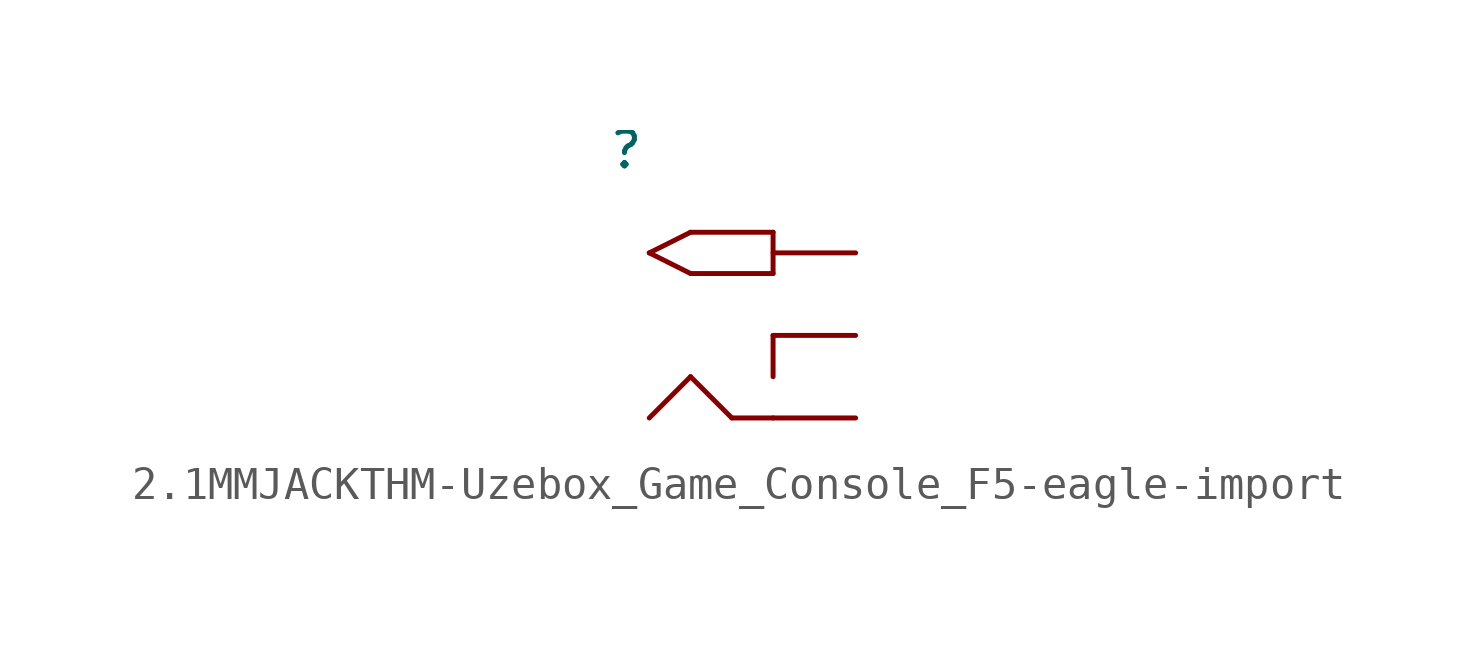
<source format=kicad_sym>
(kicad_symbol_lib
  (version 20231120)
  (generator "kicad_symbol_editor")
  (generator_version "8.0")
  (symbol "2.1MMJACKTHM-Uzebox_Game_Console_F5-eagle-import"
    (pin_names
      (offset 1.016))
    (property "Reference" ""
      (at -2.54 5.08 0)
      (effects (font (size 1.067 1.067)) (justify left bottom)))
    (property "ki_locked" ""
      (at 0 0 0)
      (effects (font (size 1.27 1.27))))
    (symbol "2.1MMJACKTHM-Uzebox_Game_Console_F5-eagle-import_1_0"
      (polyline (pts (xy -1.27 2.54) (xy 0 1.905)) (stroke (width 0) (type solid)) (fill (type none)))
      (polyline (pts (xy 0 -1.27) (xy -1.27 -2.54)) (stroke (width 0) (type solid)) (fill (type none)))
      (polyline (pts (xy 0 1.905) (xy 2.54 1.905)) (stroke (width 0) (type solid)) (fill (type none)))
      (polyline (pts (xy 0 3.175) (xy -1.27 2.54)) (stroke (width 0) (type solid)) (fill (type none)))
      (polyline (pts (xy 1.27 -2.54) (xy 0 -1.27)) (stroke (width 0) (type solid)) (fill (type none)))
      (polyline (pts (xy 2.54 -2.54) (xy 1.27 -2.54)) (stroke (width 0) (type solid)) (fill (type none)))
      (polyline (pts (xy 2.54 0) (xy 2.54 -1.27)) (stroke (width 0) (type solid)) (fill (type none)))
      (polyline (pts (xy 2.54 1.905) (xy 2.54 3.175)) (stroke (width 0) (type solid)) (fill (type none)))
      (polyline (pts (xy 2.54 3.175) (xy 0 3.175)) (stroke (width 0) (type solid)) (fill (type none)))
      (pin bidirectional line (at 5.08 -2.54 180) (length 2.54) (name "RING" (effects (font (size 0 0)))) (number "RING" (effects (font (size 0 0)))))
      (pin bidirectional line (at 5.08 0 180) (length 2.54) (name "RING_SW" (effects (font (size 0 0)))) (number "RING_SW" (effects (font (size 0 0)))))
      (pin bidirectional line (at 5.08 2.54 180) (length 2.54) (name "TIP" (effects (font (size 0 0)))) (number "TIP" (effects (font (size 0 0))))))))
</source>
